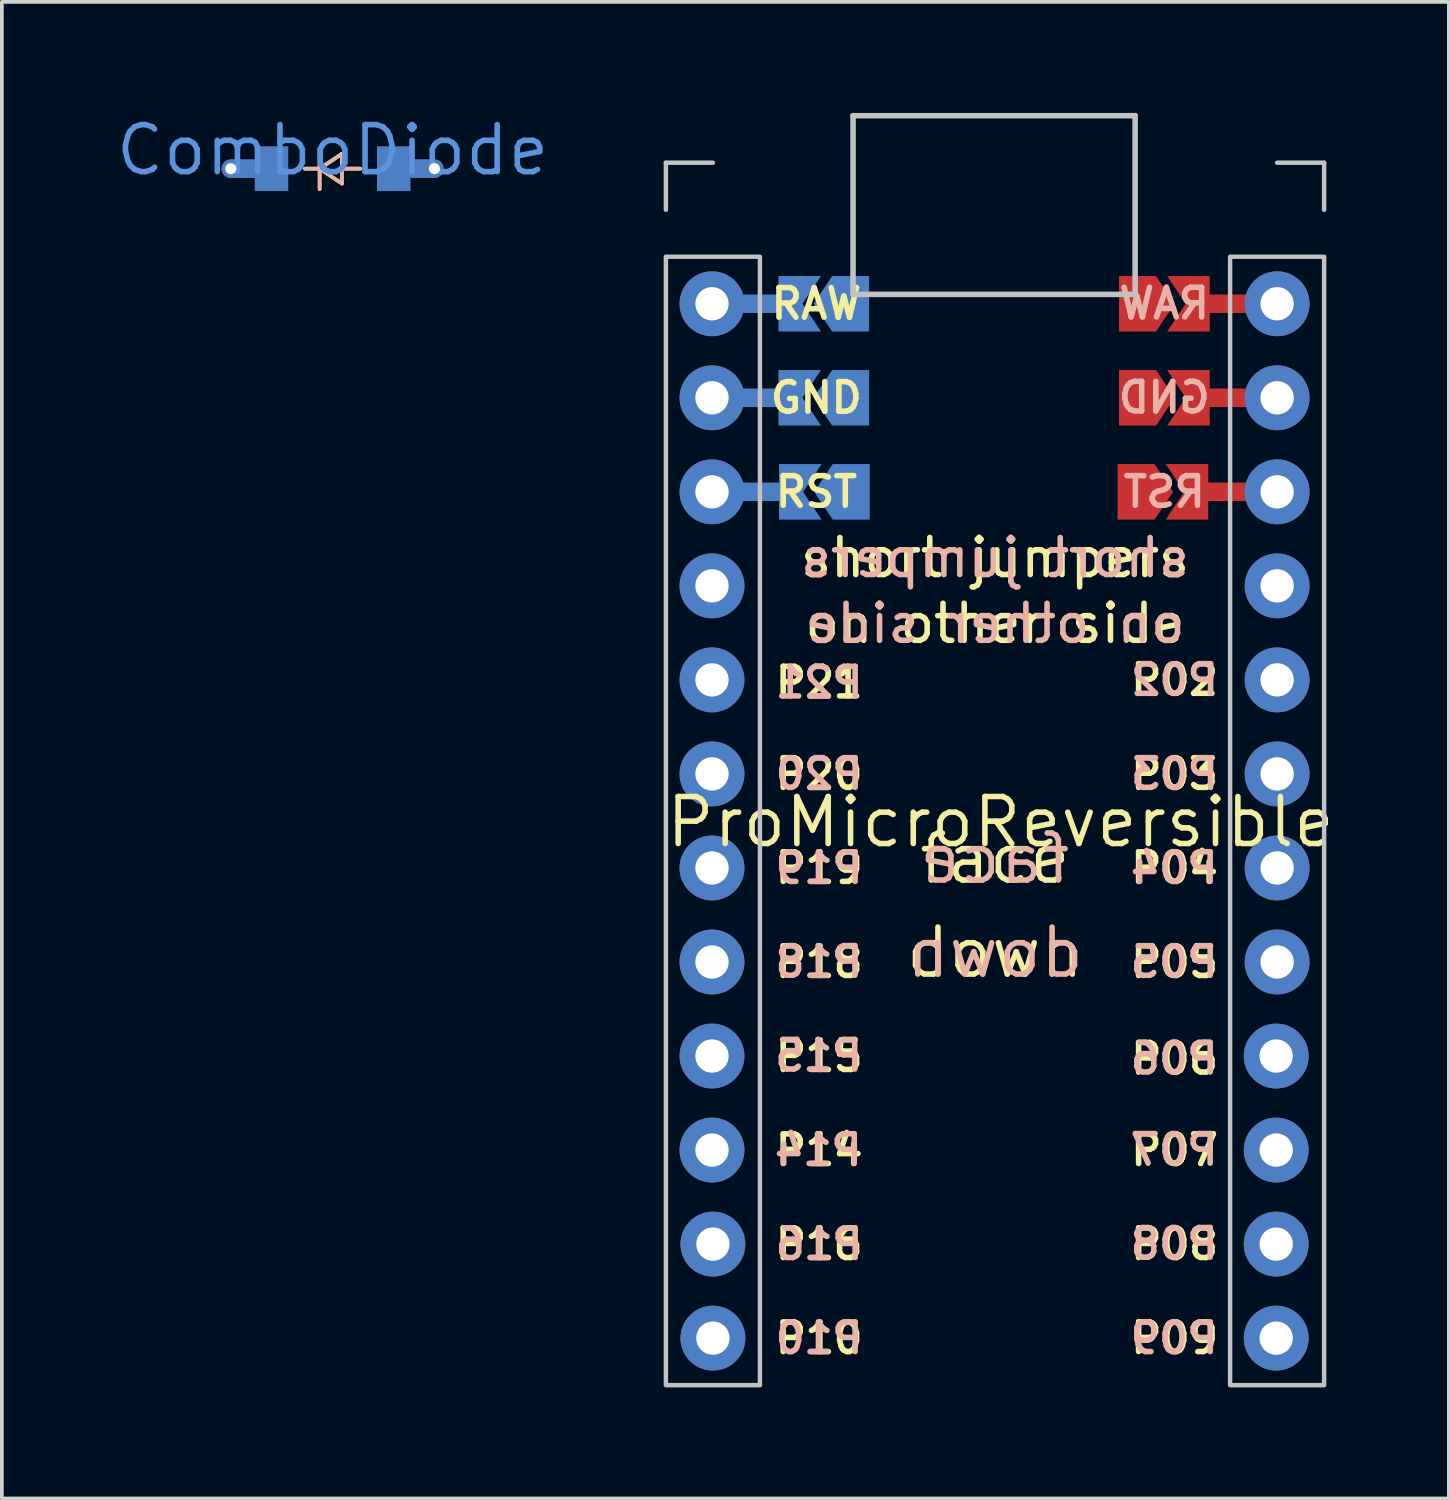
<source format=kicad_pcb>
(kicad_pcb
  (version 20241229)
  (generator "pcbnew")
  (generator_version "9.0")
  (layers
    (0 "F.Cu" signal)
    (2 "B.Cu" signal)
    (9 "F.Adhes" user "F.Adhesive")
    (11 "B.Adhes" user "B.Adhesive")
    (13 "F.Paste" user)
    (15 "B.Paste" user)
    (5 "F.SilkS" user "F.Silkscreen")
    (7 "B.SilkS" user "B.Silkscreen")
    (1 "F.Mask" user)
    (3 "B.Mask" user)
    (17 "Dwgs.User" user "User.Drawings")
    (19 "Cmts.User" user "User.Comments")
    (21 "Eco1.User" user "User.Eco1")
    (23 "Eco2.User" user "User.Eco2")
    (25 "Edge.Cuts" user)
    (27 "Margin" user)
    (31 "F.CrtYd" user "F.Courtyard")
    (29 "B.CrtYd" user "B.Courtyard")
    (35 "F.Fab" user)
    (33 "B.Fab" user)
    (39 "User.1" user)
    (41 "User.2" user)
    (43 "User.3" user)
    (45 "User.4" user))
  (footprint "ProMicroReversible"
    (layer "F.Cu")
    (at 23.827 17.855)
    (property "Reference" "ProMicroReversible" (at 0.15 1.3 180) (layer "F.SilkS") (effects (font (size 1.27 1.27) (thickness 0.15))))
    (attr through_hole)
    (fp_line (start -8.89 -16.51) (end -7.62 -16.51) (stroke (width 0.12) (type solid)) (layer "Dwgs.User"))
    (fp_line (start -8.89 -15.24) (end -8.89 -16.51) (stroke (width 0.12) (type solid)) (layer "Dwgs.User"))
    (fp_line (start -3.835 -17.78) (end 3.785 -17.78) (stroke (width 0.15) (type solid)) (layer "Dwgs.User"))
    (fp_line (start -3.835 -12.954) (end -3.835 -17.78) (stroke (width 0.15) (type solid)) (layer "Dwgs.User"))
    (fp_line (start 3.785 -17.78) (end 3.785 -12.954) (stroke (width 0.15) (type solid)) (layer "Dwgs.User"))
    (fp_line (start 3.785 -12.954) (end -3.835 -12.954) (stroke (width 0.15) (type solid)) (layer "Dwgs.User"))
    (fp_line (start 7.62 -16.51) (end 8.89 -16.51) (stroke (width 0.12) (type solid)) (layer "Dwgs.User"))
    (fp_line (start 8.89 -16.51) (end 8.89 -15.24) (stroke (width 0.12) (type solid)) (layer "Dwgs.User"))
    (fp_rect (start -8.89 -13.97) (end -6.35 16.51) (stroke (width 0.12) (type solid)) (fill no) (layer "Dwgs.User"))
    (fp_rect (start 6.35 -13.97) (end 8.89 16.51) (stroke (width 0.12) (type solid)) (fill no) (layer "Dwgs.User"))
    (fp_text user "P21" (at -4.75 -2.47 0) (layer "F.SilkS") (effects (font (size 0.8 0.8) (thickness 0.15))))
    (fp_text user "P08" (at 4.85 12.7 0) (layer "F.SilkS") (effects (font (size 0.8 0.8) (thickness 0.15))))
    (fp_text user "P07" (at 4.85 10.16 0) (layer "F.SilkS") (effects (font (size 0.8 0.8) (thickness 0.15))))
    (fp_text user "P19" (at -4.75 2.54 0) (layer "F.SilkS") (effects (font (size 0.8 0.8) (thickness 0.15))))
    (fp_text user "P05" (at 4.85 5.08 0) (layer "F.SilkS") (effects (font (size 0.8 0.8) (thickness 0.15))))
    (fp_text user "P06" (at 4.85 7.69 0) (layer "F.SilkS") (effects (font (size 0.8 0.8) (thickness 0.15))))
    (fp_text user "P10" (at -4.75 15.24 0) (layer "F.SilkS") (effects (font (size 0.8 0.8) (thickness 0.15))))
    (fp_text user "on other side" (at 0 -4.064 0) (unlocked yes) (layer "F.SilkS") (effects (font (size 1 1) (thickness 0.15))))
    (fp_text user "P02" (at 4.85 -2.54 0) (layer "F.SilkS") (effects (font (size 0.8 0.8) (thickness 0.15))))
    (fp_text user "RAW" (at -4.826 -12.7 0) (unlocked yes) (layer "F.SilkS") (effects (font (size 0.8 0.8) (thickness 0.15))))
    (fp_text user "short jumpers" (at 0 -5.842 0) (unlocked yes) (layer "F.SilkS") (effects (font (size 1 1) (thickness 0.15))))
    (fp_text user "P04" (at 4.85 2.54 0) (layer "F.SilkS") (effects (font (size 0.8 0.8) (thickness 0.15))))
    (fp_text user "P16" (at -4.75 12.7 0) (layer "F.SilkS") (effects (font (size 0.8 0.8) (thickness 0.15))))
    (fp_text user "face" (at 0 2.286 180) (layer "F.SilkS") (effects (font (size 1.27 1.27) (thickness 0.15))))
    (fp_text user "P03" (at 4.85 0 0) (layer "F.SilkS") (effects (font (size 0.8 0.8) (thickness 0.15))))
    (fp_text user "P09" (at 4.85 15.24 0) (layer "F.SilkS") (effects (font (size 0.8 0.8) (thickness 0.15))))
    (fp_text user "P15" (at -4.75 7.62 0) (layer "F.SilkS") (effects (font (size 0.8 0.8) (thickness 0.15))))
    (fp_text user "GND" (at -4.826 -10.16 0) (unlocked yes) (layer "F.SilkS") (effects (font (size 0.8 0.8) (thickness 0.15))))
    (fp_text user "down" (at 0 4.826 180) (layer "F.SilkS") (effects (font (size 1.27 1.27) (thickness 0.15))))
    (fp_text user "P18" (at -4.75 5.08 0) (layer "F.SilkS") (effects (font (size 0.8 0.8) (thickness 0.15))))
    (fp_text user "P20" (at -4.75 0 0) (layer "F.SilkS") (effects (font (size 0.8 0.8) (thickness 0.15))))
    (fp_text user "P14" (at -4.75 10.16 0) (layer "F.SilkS") (effects (font (size 0.8 0.8) (thickness 0.15))))
    (fp_text user "RST" (at -4.826 -7.62 0) (unlocked yes) (layer "F.SilkS") (effects (font (size 0.8 0.8) (thickness 0.15))))
    (fp_text user "P19" (at -4.75 2.54 0) (layer "B.SilkS") (effects (font (size 0.8 0.8) (thickness 0.15)) (justify mirror)))
    (fp_text user "P15" (at -4.762 7.608 0) (layer "B.SilkS") (effects (font (size 0.8 0.8) (thickness 0.15)) (justify mirror)))
    (fp_text user "short jumpers" (at 0 -5.842 0) (unlocked yes) (layer "B.SilkS") (effects (font (size 1 1) (thickness 0.15)) (justify mirror)))
    (fp_text user "P09" (at 4.84 15.24 0) (layer "B.SilkS") (effects (font (size 0.8 0.8) (thickness 0.15)) (justify mirror)))
    (fp_text user "P02" (at 4.85 -2.54 0) (layer "B.SilkS") (effects (font (size 0.8 0.8) (thickness 0.15)) (justify mirror)))
    (fp_text user "P04" (at 4.84 2.539 0) (layer "B.SilkS") (effects (font (size 0.8 0.8) (thickness 0.15)) (justify mirror)))
    (fp_text user "P06" (at 4.84 7.688 0) (layer "B.SilkS") (effects (font (size 0.8 0.8) (thickness 0.15)) (justify mirror)))
    (fp_text user "down" (at 0 4.826 180) (layer "B.SilkS") (effects (font (size 1.27 1.27) (thickness 0.15)) (justify mirror)))
    (fp_text user "RAW" (at 4.572 -12.708 0) (unlocked yes) (layer "B.SilkS") (effects (font (size 0.8 0.8) (thickness 0.15)) (justify mirror)))
    (fp_text user "P07" (at 4.84 10.152 0) (layer "B.SilkS") (effects (font (size 0.8 0.8) (thickness 0.15)) (justify mirror)))
    (fp_text user "P03" (at 4.85 0 0) (layer "B.SilkS") (effects (font (size 0.8 0.8) (thickness 0.15)) (justify mirror)))
    (fp_text user "face" (at -0.012 2.286 180) (layer "B.SilkS") (effects (font (size 1.27 1.27) (thickness 0.15)) (justify mirror)))
    (fp_text user "P10" (at -4.75 15.24 0) (layer "B.SilkS") (effects (font (size 0.8 0.8) (thickness 0.15)) (justify mirror)))
    (fp_text user "GND" (at 4.572 -10.168 0) (unlocked yes) (layer "B.SilkS") (effects (font (size 0.8 0.8) (thickness 0.15)) (justify mirror)))
    (fp_text user "P18" (at -4.755 5.075 0) (layer "B.SilkS") (effects (font (size 0.8 0.8) (thickness 0.15)) (justify mirror)))
    (fp_text user "on other side" (at 0 -4.064 0) (unlocked yes) (layer "B.SilkS") (effects (font (size 1 1) (thickness 0.15)) (justify mirror)))
    (fp_text user "P20" (at -4.75 0 0) (layer "B.SilkS") (effects (font (size 0.8 0.8) (thickness 0.15)) (justify mirror)))
    (fp_text user "P14" (at -4.774 10.158 0) (layer "B.SilkS") (effects (font (size 0.8 0.8) (thickness 0.15)) (justify mirror)))
    (fp_text user "P08" (at 4.84 12.69 0) (layer "B.SilkS") (effects (font (size 0.8 0.8) (thickness 0.15)) (justify mirror)))
    (fp_text user "P05" (at 4.84 5.077 0) (layer "B.SilkS") (effects (font (size 0.8 0.8) (thickness 0.15)) (justify mirror)))
    (fp_text user "P16" (at -4.75 12.7 0) (layer "B.SilkS") (effects (font (size 0.8 0.8) (thickness 0.15)) (justify mirror)))
    (fp_text user "P21" (at -4.75 -2.47 0) (layer "B.SilkS") (effects (font (size 0.8 0.8) (thickness 0.15)) (justify mirror)))
    (fp_text user "RST" (at 4.572 -7.62 0) (unlocked yes) (layer "B.SilkS") (effects (font (size 0.8 0.8) (thickness 0.15)) (justify mirror)))
    (pad "" thru_hole circle (at -7.645 -12.7 270) (size 1.753 1.753) (drill 0.9) (layers "*.Cu" "*.Mask"))
    (pad "" thru_hole circle (at -7.645 -10.16 270) (size 1.753 1.753) (drill 0.9) (layers "*.Cu" "*.Mask"))
    (pad "" thru_hole circle (at -7.645 -7.62 270) (size 1.753 1.753) (drill 0.9) (layers "*.Cu" "*.Mask"))
    (pad "" thru_hole circle (at -7.645 -5.08 270) (size 1.753 1.753) (drill 0.9) (layers "*.Cu" "*.Mask"))
    (pad "" smd rect (at -6.275 -12.7 270) (size 0.5 1.524) (layers "B.Cu"))
    (pad "" smd rect (at -6.275 -10.16 270) (size 0.5 1.524) (layers "B.Cu"))
    (pad "" smd rect (at -6.259 -7.62 270) (size 0.5 1.524) (layers "B.Cu"))
    (pad "" smd custom (at -5.35 -12.7 180) (size 0.3 0.3) (layers "B.Cu" "B.Mask") (options (anchor rect)) (primitives (gr_poly (pts (xy 0.5 0.75) (xy -0.65 0.75) (xy -0.15 0) (xy -0.65 -0.75) (xy 0.5 -0.75)) (width 0) (fill yes))))
    (pad "" smd custom (at -5.35 -10.16 180) (size 0.3 0.3) (layers "B.Cu" "B.Mask") (options (anchor rect)) (primitives (gr_poly (pts (xy 0.5 0.75) (xy -0.65 0.75) (xy -0.15 0) (xy -0.65 -0.75) (xy 0.5 -0.75)) (width 0) (fill yes))))
    (pad "" smd custom (at -5.334 -7.62 180) (size 0.3 0.3) (layers "B.Cu" "B.Mask") (options (anchor rect)) (primitives (gr_poly (pts (xy 0.5 0.75) (xy -0.65 0.75) (xy -0.15 0) (xy -0.65 -0.75) (xy 0.5 -0.75)) (width 0) (fill yes))))
    (pad "" smd custom (at 5.26 -7.62 180) (size 0.3 0.3) (layers "F.Cu" "F.Mask") (options (anchor rect)) (primitives (gr_poly (pts (xy 0.15 0) (xy 0.65 0.75) (xy -0.5 0.75) (xy -0.5 -0.75) (xy 0.65 -0.75)) (width 0) (fill yes))))
    (pad "" smd custom (at 5.3 -12.7 180) (size 0.3 0.3) (layers "F.Cu" "F.Mask") (options (anchor rect)) (primitives (gr_poly (pts (xy 0.15 0) (xy 0.65 0.75) (xy -0.5 0.75) (xy -0.5 -0.75) (xy 0.65 -0.75)) (width 0) (fill yes))))
    (pad "" smd custom (at 5.3 -10.16 180) (size 0.3 0.3) (layers "F.Cu" "F.Mask") (options (anchor rect)) (primitives (gr_poly (pts (xy 0.15 0) (xy 0.65 0.75) (xy -0.5 0.75) (xy -0.5 -0.75) (xy 0.65 -0.75)) (width 0) (fill yes))))
    (pad "" smd rect (at 6.21 -7.62 270) (size 0.5 1.524) (layers "F.Cu"))
    (pad "" smd rect (at 6.25 -12.7 270) (size 0.5 1.524) (layers "F.Cu"))
    (pad "" smd rect (at 6.25 -10.16 270) (size 0.5 1.524) (layers "F.Cu"))
    (pad "" thru_hole circle (at 7.62 -12.7 270) (size 1.753 1.753) (drill 0.9) (layers "*.Cu" "*.Mask"))
    (pad "" thru_hole circle (at 7.62 -10.16) (size 1.753 1.753) (drill 0.9) (layers "*.Cu" "*.Mask"))
    (pad "" thru_hole circle (at 7.62 -7.62 270) (size 1.753 1.753) (drill 0.9) (layers "*.Cu" "*.Mask"))
    (pad "" thru_hole circle (at 7.62 -5.08 270) (size 1.753 1.753) (drill 0.9) (layers "*.Cu" "*.Mask"))
    (pad "1" smd custom (at -3.9 -12.7 180) (size 0.3 0.3) (layers "B.Cu" "B.Mask") (options (anchor rect)) (primitives (gr_poly (pts (xy 1 0) (xy 0.5 0.75) (xy -0.5 0.75) (xy -0.5 -0.75) (xy 0.5 -0.75)) (width 0) (fill yes))))
    (pad "1" smd custom (at 3.85 -12.7 180) (size 0.3 0.3) (layers "F.Cu" "F.Mask") (options (anchor rect)) (primitives (gr_poly (pts (xy 0.5 0.75) (xy -0.5 0.75) (xy -1 0) (xy -0.5 -0.75) (xy 0.5 -0.75)) (width 0) (fill yes))))
    (pad "2" smd custom (at -3.9 -10.16 180) (size 0.3 0.3) (layers "B.Cu" "B.Mask") (options (anchor rect)) (primitives (gr_poly (pts (xy 1 0) (xy 0.5 0.75) (xy -0.5 0.75) (xy -0.5 -0.75) (xy 0.5 -0.75)) (width 0) (fill yes))))
    (pad "2" smd custom (at 3.85 -10.16 180) (size 0.3 0.3) (layers "F.Cu" "F.Mask") (options (anchor rect)) (primitives (gr_poly (pts (xy 0.5 0.75) (xy -0.5 0.75) (xy -1 0) (xy -0.5 -0.75) (xy 0.5 -0.75)) (width 0) (fill yes))))
    (pad "3" smd custom (at -3.884 -7.62 180) (size 0.3 0.3) (layers "B.Cu" "B.Mask") (options (anchor rect)) (primitives (gr_poly (pts (xy 1 0) (xy 0.5 0.75) (xy -0.5 0.75) (xy -0.5 -0.75) (xy 0.5 -0.75)) (width 0) (fill yes))))
    (pad "3" smd custom (at 3.81 -7.62 180) (size 0.3 0.3) (layers "F.Cu" "F.Mask") (options (anchor rect)) (primitives (gr_poly (pts (xy 0.5 0.75) (xy -0.5 0.75) (xy -1 0) (xy -0.5 -0.75) (xy 0.5 -0.75)) (width 0) (fill yes))))
    (pad "5" thru_hole circle (at -7.645 -2.54 270) (size 1.753 1.753) (drill 0.9) (layers "*.Cu" "*.Mask"))
    (pad "6" thru_hole circle (at -7.645 0 270) (size 1.753 1.753) (drill 0.9) (layers "*.Cu" "*.Mask"))
    (pad "7" thru_hole circle (at -7.645 2.54 270) (size 1.753 1.753) (drill 0.9) (layers "*.Cu" "*.Mask"))
    (pad "8" thru_hole circle (at -7.645 5.08 270) (size 1.753 1.753) (drill 0.9) (layers "*.Cu" "*.Mask"))
    (pad "9" thru_hole circle (at -7.645 7.62 270) (size 1.753 1.753) (drill 0.9) (layers "*.Cu" "*.Mask"))
    (pad "10" thru_hole circle (at -7.645 10.16 270) (size 1.753 1.753) (drill 0.9) (layers "*.Cu" "*.Mask"))
    (pad "11" thru_hole circle (at -7.62 12.7 270) (size 1.753 1.753) (drill 0.9) (layers "*.Cu" "*.Mask"))
    (pad "12" thru_hole circle (at -7.62 15.24 270) (size 1.753 1.753) (drill 0.9) (layers "*.Cu" "*.Mask"))
    (pad "17" thru_hole circle (at 7.62 -2.54 270) (size 1.753 1.753) (drill 0.9) (layers "*.Cu" "*.Mask"))
    (pad "18" thru_hole circle (at 7.62 0 270) (size 1.753 1.753) (drill 0.9) (layers "*.Cu" "*.Mask"))
    (pad "19" thru_hole circle (at 7.62 2.54 270) (size 1.753 1.753) (drill 0.9) (layers "*.Cu" "*.Mask"))
    (pad "20" thru_hole circle (at 7.62 5.08 270) (size 1.753 1.753) (drill 0.9) (layers "*.Cu" "*.Mask"))
    (pad "21" thru_hole circle (at 7.595 7.62 270) (size 1.753 1.753) (drill 0.9) (layers "*.Cu" "*.Mask"))
    (pad "22" thru_hole circle (at 7.595 10.16 270) (size 1.753 1.753) (drill 0.9) (layers "*.Cu" "*.Mask"))
    (pad "23" thru_hole circle (at 7.595 12.7 270) (size 1.753 1.753) (drill 0.9) (layers "*.Cu" "*.Mask"))
    (pad "24" thru_hole circle (at 7.595 15.24 270) (size 1.753 1.753) (drill 0.9) (layers "*.Cu" "*.Mask")))
  (footprint "ComboDiode"
    (layer "F.Cu")
    (at 5.934 1.506)
    (property "Reference" "ComboDiode" (at 0 -0.5 180) (layer "Cmts.User") (effects (font (size 1.27 1.27) (thickness 0.15))))
    (attr through_hole)
    (fp_line (start -0.75 0) (end -0.35 0) (stroke (width 0.1) (type solid)) (layer "F.SilkS"))
    (fp_line (start -0.35 0) (end -0.35 -0.55) (stroke (width 0.1) (type solid)) (layer "F.SilkS"))
    (fp_line (start -0.35 0) (end -0.35 0.55) (stroke (width 0.1) (type solid)) (layer "F.SilkS"))
    (fp_line (start -0.35 0) (end 0.25 -0.4) (stroke (width 0.1) (type solid)) (layer "F.SilkS"))
    (fp_line (start 0.25 -0.4) (end 0.25 0.4) (stroke (width 0.1) (type solid)) (layer "F.SilkS"))
    (fp_line (start 0.25 0) (end 0.75 0) (stroke (width 0.1) (type solid)) (layer "F.SilkS"))
    (fp_line (start 0.25 0.4) (end -0.35 0) (stroke (width 0.1) (type solid)) (layer "F.SilkS"))
    (fp_line (start -0.75 0) (end -0.35 0) (stroke (width 0.1) (type solid)) (layer "B.SilkS"))
    (fp_line (start -0.35 0) (end -0.35 -0.55) (stroke (width 0.1) (type solid)) (layer "B.SilkS"))
    (fp_line (start -0.35 0) (end -0.35 0.55) (stroke (width 0.1) (type solid)) (layer "B.SilkS"))
    (fp_line (start -0.35 0) (end 0.25 -0.4) (stroke (width 0.1) (type solid)) (layer "B.SilkS"))
    (fp_line (start 0.25 -0.4) (end 0.25 0.4) (stroke (width 0.1) (type solid)) (layer "B.SilkS"))
    (fp_line (start 0.25 0) (end 0.75 0) (stroke (width 0.1) (type solid)) (layer "B.SilkS"))
    (fp_line (start 0.25 0.4) (end -0.35 0) (stroke (width 0.1) (type solid)) (layer "B.SilkS"))
    (pad "1" thru_hole circle (at -2.75 0) (size 0.5 0.5) (drill 0.3) (layers "*.Cu" "*.Mask"))
    (pad "1" smd rect (at -2.25 0) (size 1 0.5) (layers "F.Cu" "F.Mask" "F.Paste"))
    (pad "1" smd rect (at -2.25 0) (size 1 0.5) (layers "B.Cu" "B.Mask" "B.Paste"))
    (pad "1" smd rect (at -1.65 0) (size 0.9 1.2) (layers "F.Cu" "F.Mask" "F.Paste"))
    (pad "1" smd rect (at -1.65 0) (size 0.9 1.2) (layers "B.Cu" "B.Mask" "B.Paste"))
    (pad "2" smd rect (at 1.65 0) (size 0.9 1.2) (layers "F.Cu" "F.Mask" "F.Paste"))
    (pad "2" smd rect (at 1.65 0) (size 0.9 1.2) (layers "B.Cu" "B.Mask" "B.Paste"))
    (pad "2" smd rect (at 2.25 0) (size 1 0.5) (layers "F.Cu" "F.Mask" "F.Paste"))
    (pad "2" smd rect (at 2.25 0) (size 1 0.5) (layers "B.Cu" "B.Mask" "B.Paste"))
    (pad "2" thru_hole circle (at 2.75 0) (size 0.5 0.5) (drill 0.3) (layers "*.Cu" "*.Mask")))
  (gr_rect
    (start -3 -3)
    (end 36.086 37.425)
    (stroke (width 0.1) (type default))
    (fill no)
    (layer "Edge.Cuts")))
</source>
